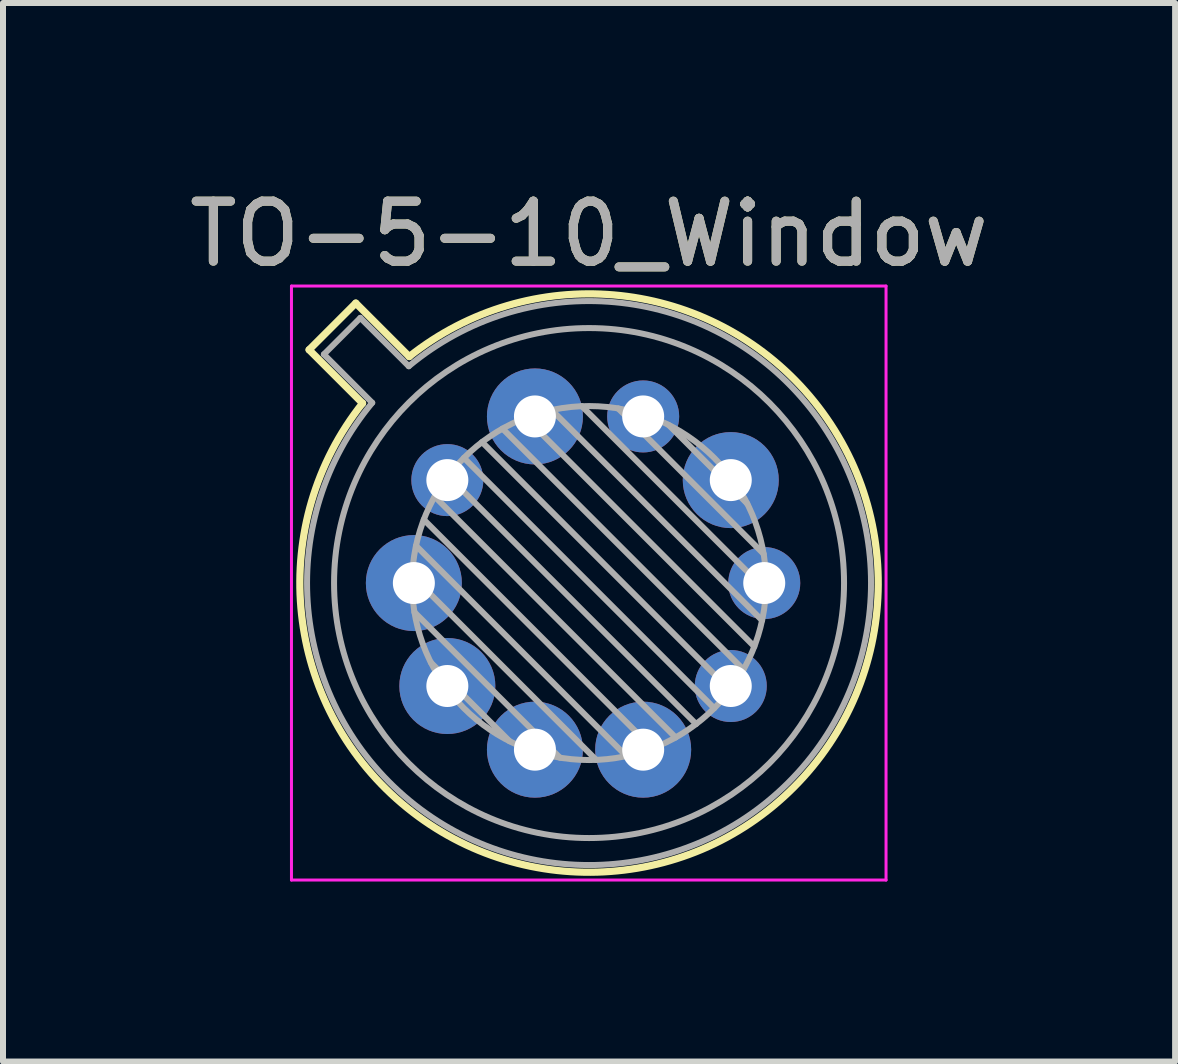
<source format=kicad_pcb>
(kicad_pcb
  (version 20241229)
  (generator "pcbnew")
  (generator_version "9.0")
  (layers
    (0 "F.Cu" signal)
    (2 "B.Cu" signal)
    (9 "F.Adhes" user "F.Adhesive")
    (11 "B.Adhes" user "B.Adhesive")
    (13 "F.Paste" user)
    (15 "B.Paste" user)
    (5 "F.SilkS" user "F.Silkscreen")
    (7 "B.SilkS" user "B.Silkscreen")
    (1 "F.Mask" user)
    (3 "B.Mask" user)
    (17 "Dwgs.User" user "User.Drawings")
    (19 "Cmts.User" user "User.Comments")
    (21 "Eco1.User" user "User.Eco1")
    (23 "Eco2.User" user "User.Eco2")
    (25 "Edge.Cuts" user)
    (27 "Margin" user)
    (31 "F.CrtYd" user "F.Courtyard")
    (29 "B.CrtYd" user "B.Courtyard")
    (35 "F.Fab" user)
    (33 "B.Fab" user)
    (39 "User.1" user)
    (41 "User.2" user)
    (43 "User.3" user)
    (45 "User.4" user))
  (footprint "TO-5-10_Window"
    (layer "F.Cu")
    (at 3.848 6.668)
    (property "Reference" "TO-5-10_Window" (at 2.92 -5.82 0) (layer "F.SilkS") (effects (font (size 1 1) (thickness 0.15))))
    (attr through_hole)
    (fp_line (start -1.746 -3.888) (end -0.855 -2.997) (stroke (width 0.12) (type solid)) (layer "F.SilkS"))
    (fp_line (start -0.968 -4.666) (end -1.746 -3.888) (stroke (width 0.12) (type solid)) (layer "F.SilkS"))
    (fp_line (start -0.077 -3.775) (end -0.968 -4.666) (stroke (width 0.12) (type solid)) (layer "F.SilkS"))
    (fp_arc (start -0.077084 -3.774902) (mid 6.328125 3.408384) (end -0.854674 -2.997371) (stroke (width 0.12) (type solid)) (layer "F.SilkS"))
    (fp_line (start -2.04 -4.95) (end -2.04 4.95) (stroke (width 0.05) (type solid)) (layer "F.CrtYd"))
    (fp_line (start -2.04 4.95) (end 7.87 4.95) (stroke (width 0.05) (type solid)) (layer "F.CrtYd"))
    (fp_line (start 7.87 -4.95) (end -2.04 -4.95) (stroke (width 0.05) (type solid)) (layer "F.CrtYd"))
    (fp_line (start 7.87 4.95) (end 7.87 -4.95) (stroke (width 0.05) (type solid)) (layer "F.CrtYd"))
    (fp_line (start -1.5 -3.812) (end -0.694 -3.005) (stroke (width 0.1) (type solid)) (layer "F.Fab"))
    (fp_line (start -0.892 -4.42) (end -1.5 -3.812) (stroke (width 0.1) (type solid)) (layer "F.Fab"))
    (fp_line (start -0.085 -3.614) (end -0.892 -4.42) (stroke (width 0.1) (type solid)) (layer "F.Fab"))
    (fp_line (start -0.028 -0.12) (end 3.04 2.948) (stroke (width 0.1) (type solid)) (layer "F.Fab"))
    (fp_line (start 0.009 0.485) (end 2.435 2.911) (stroke (width 0.1) (type solid)) (layer "F.Fab"))
    (fp_line (start 0.036 -0.622) (end 3.542 2.884) (stroke (width 0.1) (type solid)) (layer "F.Fab"))
    (fp_line (start 0.165 -1.058) (end 3.978 2.755) (stroke (width 0.1) (type solid)) (layer "F.Fab"))
    (fp_line (start 0.283 1.324) (end 1.596 2.637) (stroke (width 0.1) (type solid)) (layer "F.Fab"))
    (fp_line (start 0.346 -1.443) (end 4.363 2.574) (stroke (width 0.1) (type solid)) (layer "F.Fab"))
    (fp_line (start 0.57 -1.784) (end 4.704 2.35) (stroke (width 0.1) (type solid)) (layer "F.Fab"))
    (fp_line (start 0.834 -2.086) (end 5.006 2.086) (stroke (width 0.1) (type solid)) (layer "F.Fab"))
    (fp_line (start 1.136 -2.35) (end 5.27 1.784) (stroke (width 0.1) (type solid)) (layer "F.Fab"))
    (fp_line (start 1.477 -2.574) (end 5.494 1.443) (stroke (width 0.1) (type solid)) (layer "F.Fab"))
    (fp_line (start 1.862 -2.755) (end 5.675 1.058) (stroke (width 0.1) (type solid)) (layer "F.Fab"))
    (fp_line (start 2.298 -2.884) (end 5.804 0.622) (stroke (width 0.1) (type solid)) (layer "F.Fab"))
    (fp_line (start 2.8 -2.948) (end 5.868 0.12) (stroke (width 0.1) (type solid)) (layer "F.Fab"))
    (fp_line (start 3.405 -2.911) (end 5.831 -0.485) (stroke (width 0.1) (type solid)) (layer "F.Fab"))
    (fp_line (start 4.244 -2.637) (end 5.557 -1.324) (stroke (width 0.1) (type solid)) (layer "F.Fab"))
    (fp_arc (start -0.085408 -3.61352) (mid 6.243443 3.323361) (end -0.693594 -3.005319) (stroke (width 0.1) (type solid)) (layer "F.Fab"))
    (fp_circle (center 2.92 0) (end 5.87 0) (stroke (width 0.1) (type solid)) (fill no) (layer "F.Fab"))
    (fp_circle (center 2.92 0) (end 7.17 0) (stroke (width 0.1) (type solid)) (fill no) (layer "F.Fab"))
    (fp_text user "${REFERENCE}" (at 2.92 -5.82 0) (layer "F.Fab") (effects (font (size 1 1) (thickness 0.15))))
    (pad "1" thru_hole oval (at 0 0) (size 1.6 1.6) (drill 0.7) (layers "*.Cu" "*.Mask"))
    (pad "2" thru_hole oval (at 0.558 1.716) (size 1.6 1.6) (drill 0.7) (layers "*.Cu" "*.Mask"))
    (pad "3" thru_hole oval (at 2.018 2.777) (size 1.6 1.6) (drill 0.7) (layers "*.Cu" "*.Mask"))
    (pad "4" thru_hole oval (at 3.822 2.777) (size 1.6 1.6) (drill 0.7) (layers "*.Cu" "*.Mask"))
    (pad "7" thru_hole oval (at 5.282 -1.716) (size 1.6 1.6) (drill 0.7) (layers "*.Cu" "*.Mask"))
    (pad "9" thru_hole oval (at 2.018 -2.777) (size 1.6 1.6) (drill 0.7) (layers "*.Cu" "*.Mask"))
    (pad "NC" thru_hole oval (at 0.558 -1.716) (size 1.2 1.2) (drill 0.7) (layers "*.Cu" "*.Mask"))
    (pad "NC" thru_hole oval (at 3.822 -2.777) (size 1.2 1.2) (drill 0.7) (layers "*.Cu" "*.Mask"))
    (pad "NC" thru_hole oval (at 5.282 1.716) (size 1.2 1.2) (drill 0.7) (layers "*.Cu" "*.Mask"))
    (pad "NC" thru_hole oval (at 5.84 0) (size 1.2 1.2) (drill 0.7) (layers "*.Cu" "*.Mask")))
  (gr_rect
    (start -3 -3)
    (end 16.536 14.643)
    (stroke (width 0.1) (type default))
    (fill no)
    (layer "Edge.Cuts")))
</source>
